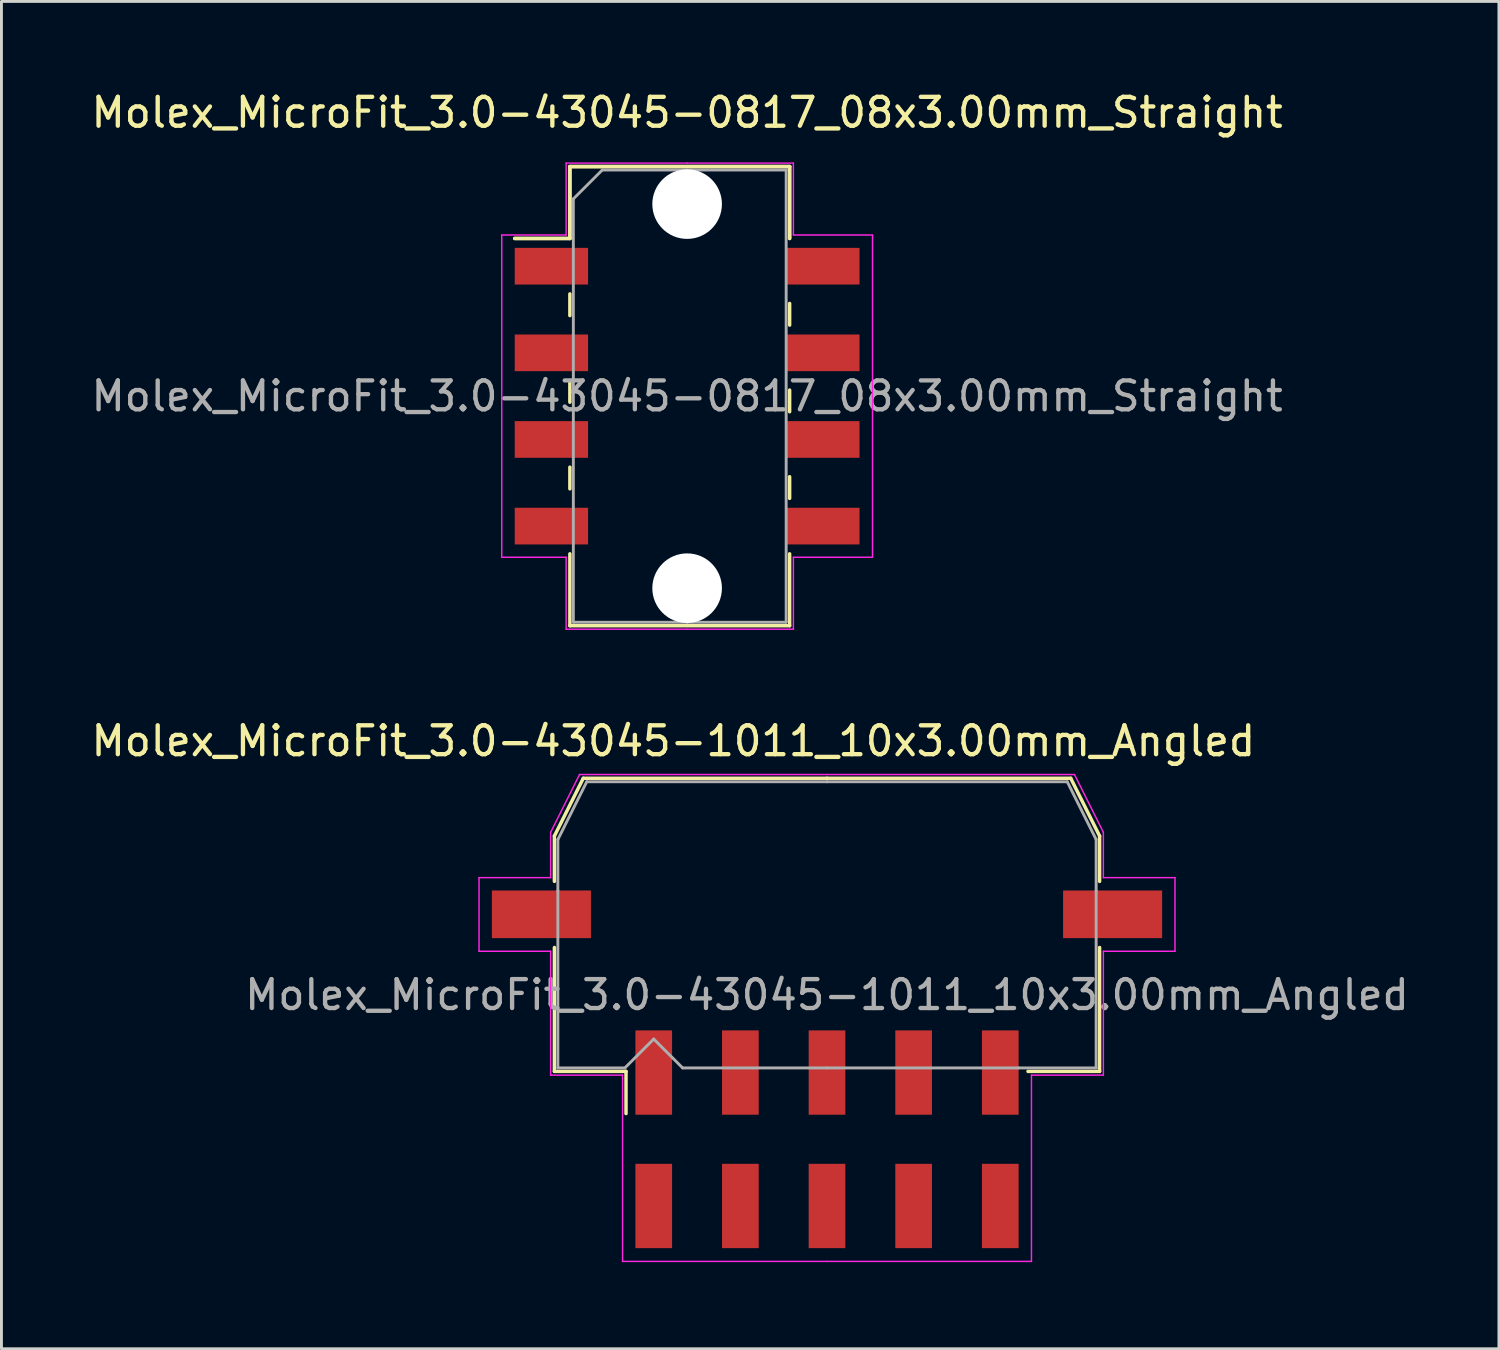
<source format=kicad_pcb>
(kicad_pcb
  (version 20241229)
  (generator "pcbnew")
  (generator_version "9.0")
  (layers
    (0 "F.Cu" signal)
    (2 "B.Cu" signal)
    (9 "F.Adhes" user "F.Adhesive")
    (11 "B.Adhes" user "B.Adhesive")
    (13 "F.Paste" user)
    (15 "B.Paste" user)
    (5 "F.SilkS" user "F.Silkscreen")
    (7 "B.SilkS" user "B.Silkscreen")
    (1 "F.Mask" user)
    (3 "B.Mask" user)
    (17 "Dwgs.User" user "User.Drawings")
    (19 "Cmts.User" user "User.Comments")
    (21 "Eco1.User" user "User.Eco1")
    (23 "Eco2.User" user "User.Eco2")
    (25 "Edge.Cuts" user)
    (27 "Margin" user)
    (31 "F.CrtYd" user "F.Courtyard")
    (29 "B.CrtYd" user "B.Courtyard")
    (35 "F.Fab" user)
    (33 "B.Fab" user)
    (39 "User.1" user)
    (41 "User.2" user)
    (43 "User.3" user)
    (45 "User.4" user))
  (footprint "Molex_MicroFit_3.0-43045-0817_08x3.00mm_Straight"
    (layer "F.Cu")
    (at 20.744 10.668)
    (property "Reference" "Molex_MicroFit_3.0-43045-0817_08x3.00mm_Straight" (at 0 -9.82 0) (layer "F.SilkS") (effects (font (size 1 1) (thickness 0.15))))
    (attr smd)
    (fp_line (start -5.97 -5.46) (end -4.06 -5.46) (stroke (width 0.12) (type solid)) (layer "F.SilkS"))
    (fp_line (start -5.97 -5.46) (end -4.06 -5.46) (stroke (width 0.12) (type solid)) (layer "F.SilkS"))
    (fp_line (start -4.06 -7.95) (end 3.55 -7.95) (stroke (width 0.12) (type solid)) (layer "F.SilkS"))
    (fp_line (start -4.06 -7.95) (end 3.55 -7.95) (stroke (width 0.12) (type solid)) (layer "F.SilkS"))
    (fp_line (start -4.06 -5.46) (end -4.06 -7.95) (stroke (width 0.12) (type solid)) (layer "F.SilkS"))
    (fp_line (start -4.06 -5.46) (end -4.06 -7.95) (stroke (width 0.12) (type solid)) (layer "F.SilkS"))
    (fp_line (start -4.06 -3.54) (end -4.06 -2.79) (stroke (width 0.12) (type solid)) (layer "F.SilkS"))
    (fp_line (start -4.06 -0.54) (end -4.06 0.21) (stroke (width 0.12) (type solid)) (layer "F.SilkS"))
    (fp_line (start -4.06 2.46) (end -4.06 3.21) (stroke (width 0.12) (type solid)) (layer "F.SilkS"))
    (fp_line (start -4.06 7.95) (end -4.06 5.46) (stroke (width 0.12) (type solid)) (layer "F.SilkS"))
    (fp_line (start 3.55 -7.95) (end 3.55 -5.46) (stroke (width 0.12) (type solid)) (layer "F.SilkS"))
    (fp_line (start 3.55 -7.95) (end 3.55 -5.46) (stroke (width 0.12) (type solid)) (layer "F.SilkS"))
    (fp_line (start 3.55 -2.46) (end 3.55 -3.21) (stroke (width 0.12) (type solid)) (layer "F.SilkS"))
    (fp_line (start 3.55 0.54) (end 3.55 -0.21) (stroke (width 0.12) (type solid)) (layer "F.SilkS"))
    (fp_line (start 3.55 3.54) (end 3.55 2.79) (stroke (width 0.12) (type solid)) (layer "F.SilkS"))
    (fp_line (start 3.55 5.46) (end 3.55 7.95) (stroke (width 0.12) (type solid)) (layer "F.SilkS"))
    (fp_line (start 3.55 7.95) (end -4.06 7.95) (stroke (width 0.12) (type solid)) (layer "F.SilkS"))
    (fp_line (start -6.42 -5.58) (end -4.19 -5.58) (stroke (width 0.05) (type solid)) (layer "F.CrtYd"))
    (fp_line (start -6.42 5.58) (end -6.42 -5.58) (stroke (width 0.05) (type solid)) (layer "F.CrtYd"))
    (fp_line (start -4.19 -8.07) (end 0 -8.07) (stroke (width 0.05) (type solid)) (layer "F.CrtYd"))
    (fp_line (start -4.19 -5.58) (end -4.19 -8.07) (stroke (width 0.05) (type solid)) (layer "F.CrtYd"))
    (fp_line (start -4.19 5.58) (end -6.42 5.58) (stroke (width 0.05) (type solid)) (layer "F.CrtYd"))
    (fp_line (start -4.19 8.07) (end -4.19 5.58) (stroke (width 0.05) (type solid)) (layer "F.CrtYd"))
    (fp_line (start 0 -8.07) (end 3.68 -8.07) (stroke (width 0.05) (type solid)) (layer "F.CrtYd"))
    (fp_line (start 0 8.07) (end -4.19 8.07) (stroke (width 0.05) (type solid)) (layer "F.CrtYd"))
    (fp_line (start 3.68 -8.07) (end 3.68 -5.58) (stroke (width 0.05) (type solid)) (layer "F.CrtYd"))
    (fp_line (start 3.68 -5.58) (end 6.42 -5.58) (stroke (width 0.05) (type solid)) (layer "F.CrtYd"))
    (fp_line (start 3.68 5.58) (end 3.68 8.07) (stroke (width 0.05) (type solid)) (layer "F.CrtYd"))
    (fp_line (start 3.68 8.07) (end 0 8.07) (stroke (width 0.05) (type solid)) (layer "F.CrtYd"))
    (fp_line (start 6.42 -5.58) (end 6.42 5.58) (stroke (width 0.05) (type solid)) (layer "F.CrtYd"))
    (fp_line (start 6.42 5.58) (end 3.68 5.58) (stroke (width 0.05) (type solid)) (layer "F.CrtYd"))
    (fp_line (start -3.94 -6.83) (end -2.94 -7.83) (stroke (width 0.1) (type solid)) (layer "F.Fab"))
    (fp_line (start -3.94 7.83) (end -3.94 -6.83) (stroke (width 0.1) (type solid)) (layer "F.Fab"))
    (fp_line (start -2.94 -7.83) (end 0 -7.83) (stroke (width 0.1) (type solid)) (layer "F.Fab"))
    (fp_line (start 0 -7.83) (end 3.43 -7.83) (stroke (width 0.1) (type solid)) (layer "F.Fab"))
    (fp_line (start 0 7.83) (end -3.94 7.83) (stroke (width 0.1) (type solid)) (layer "F.Fab"))
    (fp_line (start 3.43 -7.83) (end 3.43 7.83) (stroke (width 0.1) (type solid)) (layer "F.Fab"))
    (fp_line (start 3.43 7.83) (end 0 7.83) (stroke (width 0.1) (type solid)) (layer "F.Fab"))
    (fp_text user "${REFERENCE}" (at 0 0 0) (layer "F.Fab") (effects (font (size 1 1) (thickness 0.15))))
    (pad "" np_thru_hole circle (at 0 -6.65) (size 2.41 2.41) (drill 2.41) (layers "*.Cu"))
    (pad "" np_thru_hole circle (at 0 6.65) (size 2.41 2.41) (drill 2.41) (layers "*.Cu"))
    (pad "1" smd rect (at -4.7 -4.5) (size 2.54 1.27) (layers "F.Cu" "F.Mask" "F.Paste"))
    (pad "2" smd rect (at -4.7 -1.5) (size 2.54 1.27) (layers "F.Cu" "F.Mask" "F.Paste"))
    (pad "3" smd rect (at -4.7 1.5) (size 2.54 1.27) (layers "F.Cu" "F.Mask" "F.Paste"))
    (pad "4" smd rect (at -4.7 4.5) (size 2.54 1.27) (layers "F.Cu" "F.Mask" "F.Paste"))
    (pad "5" smd rect (at 4.7 4.5) (size 2.54 1.27) (layers "F.Cu" "F.Mask" "F.Paste"))
    (pad "6" smd rect (at 4.7 1.5) (size 2.54 1.27) (layers "F.Cu" "F.Mask" "F.Paste"))
    (pad "7" smd rect (at 4.7 -1.5) (size 2.54 1.27) (layers "F.Cu" "F.Mask" "F.Paste"))
    (pad "8" smd rect (at 4.7 -4.5) (size 2.54 1.27) (layers "F.Cu" "F.Mask" "F.Paste")))
  (footprint "Molex_MicroFit_3.0-43045-1011_10x3.00mm_Angled"
    (layer "F.Cu")
    (at 25.588 36.401)
    (property "Reference" "Molex_MicroFit_3.0-43045-1011_10x3.00mm_Angled" (at -5.32 -13.79 0) (layer "F.SilkS") (effects (font (size 1 1) (thickness 0.15))))
    (attr smd)
    (fp_line (start -9.44 -10.5) (end -9.44 -8.93) (stroke (width 0.12) (type solid)) (layer "F.SilkS"))
    (fp_line (start -9.44 -6.64) (end -9.44 -2.35) (stroke (width 0.12) (type solid)) (layer "F.SilkS"))
    (fp_line (start -9.44 -2.35) (end -6.96 -2.35) (stroke (width 0.12) (type solid)) (layer "F.SilkS"))
    (fp_line (start -8.44 -12.5) (end -9.44 -10.5) (stroke (width 0.12) (type solid)) (layer "F.SilkS"))
    (fp_line (start -6.96 -2.35) (end -6.96 -0.89) (stroke (width 0.12) (type solid)) (layer "F.SilkS"))
    (fp_line (start 0 -12.5) (end -8.44 -12.5) (stroke (width 0.12) (type solid)) (layer "F.SilkS"))
    (fp_line (start 0 -12.5) (end 8.44 -12.5) (stroke (width 0.12) (type solid)) (layer "F.SilkS"))
    (fp_line (start 8.44 -12.5) (end 9.44 -10.5) (stroke (width 0.12) (type solid)) (layer "F.SilkS"))
    (fp_line (start 9.44 -10.5) (end 9.44 -8.93) (stroke (width 0.12) (type solid)) (layer "F.SilkS"))
    (fp_line (start 9.44 -6.64) (end 9.44 -2.35) (stroke (width 0.12) (type solid)) (layer "F.SilkS"))
    (fp_line (start 9.44 -2.35) (end 6.96 -2.35) (stroke (width 0.12) (type solid)) (layer "F.SilkS"))
    (fp_line (start -12.05 -9.06) (end -12.05 -6.51) (stroke (width 0.05) (type solid)) (layer "F.CrtYd"))
    (fp_line (start -12.05 -6.51) (end -9.57 -6.51) (stroke (width 0.05) (type solid)) (layer "F.CrtYd"))
    (fp_line (start -9.57 -10.63) (end -9.57 -9.06) (stroke (width 0.05) (type solid)) (layer "F.CrtYd"))
    (fp_line (start -9.57 -9.06) (end -12.05 -9.06) (stroke (width 0.05) (type solid)) (layer "F.CrtYd"))
    (fp_line (start -9.57 -6.51) (end -9.57 -2.22) (stroke (width 0.05) (type solid)) (layer "F.CrtYd"))
    (fp_line (start -9.57 -2.22) (end -7.08 -2.22) (stroke (width 0.05) (type solid)) (layer "F.CrtYd"))
    (fp_line (start -8.57 -12.63) (end -9.57 -10.63) (stroke (width 0.05) (type solid)) (layer "F.CrtYd"))
    (fp_line (start -7.08 -2.22) (end -7.08 4.23) (stroke (width 0.05) (type solid)) (layer "F.CrtYd"))
    (fp_line (start -7.08 4.23) (end 0 4.23) (stroke (width 0.05) (type solid)) (layer "F.CrtYd"))
    (fp_line (start 0 -12.63) (end -8.57 -12.63) (stroke (width 0.05) (type solid)) (layer "F.CrtYd"))
    (fp_line (start 0 -12.63) (end 8.57 -12.63) (stroke (width 0.05) (type solid)) (layer "F.CrtYd"))
    (fp_line (start 7.08 -2.22) (end 7.08 4.23) (stroke (width 0.05) (type solid)) (layer "F.CrtYd"))
    (fp_line (start 7.08 4.23) (end 0 4.23) (stroke (width 0.05) (type solid)) (layer "F.CrtYd"))
    (fp_line (start 8.57 -12.63) (end 9.57 -10.63) (stroke (width 0.05) (type solid)) (layer "F.CrtYd"))
    (fp_line (start 9.57 -10.63) (end 9.57 -9.06) (stroke (width 0.05) (type solid)) (layer "F.CrtYd"))
    (fp_line (start 9.57 -9.06) (end 12.05 -9.06) (stroke (width 0.05) (type solid)) (layer "F.CrtYd"))
    (fp_line (start 9.57 -6.51) (end 9.57 -2.22) (stroke (width 0.05) (type solid)) (layer "F.CrtYd"))
    (fp_line (start 9.57 -2.22) (end 7.08 -2.22) (stroke (width 0.05) (type solid)) (layer "F.CrtYd"))
    (fp_line (start 12.05 -9.06) (end 12.05 -6.51) (stroke (width 0.05) (type solid)) (layer "F.CrtYd"))
    (fp_line (start 12.05 -6.51) (end 9.57 -6.51) (stroke (width 0.05) (type solid)) (layer "F.CrtYd"))
    (fp_line (start -9.32 -10.38) (end -9.32 -8.61) (stroke (width 0.1) (type solid)) (layer "F.Fab"))
    (fp_line (start -9.32 -8.61) (end -9.32 -2.47) (stroke (width 0.1) (type solid)) (layer "F.Fab"))
    (fp_line (start -9.32 -2.47) (end -7 -2.47) (stroke (width 0.1) (type solid)) (layer "F.Fab"))
    (fp_line (start -8.32 -12.38) (end -9.32 -10.38) (stroke (width 0.1) (type solid)) (layer "F.Fab"))
    (fp_line (start -7 -2.47) (end -6 -3.47) (stroke (width 0.1) (type solid)) (layer "F.Fab"))
    (fp_line (start -6 -3.47) (end -5 -2.47) (stroke (width 0.1) (type solid)) (layer "F.Fab"))
    (fp_line (start -5 -2.47) (end 0 -2.47) (stroke (width 0.1) (type solid)) (layer "F.Fab"))
    (fp_line (start 0 -12.38) (end -8.32 -12.38) (stroke (width 0.1) (type solid)) (layer "F.Fab"))
    (fp_line (start 0 -12.38) (end 8.32 -12.38) (stroke (width 0.1) (type solid)) (layer "F.Fab"))
    (fp_line (start 6.63 -2.47) (end 0 -2.47) (stroke (width 0.1) (type solid)) (layer "F.Fab"))
    (fp_line (start 8.32 -12.38) (end 9.32 -10.38) (stroke (width 0.1) (type solid)) (layer "F.Fab"))
    (fp_line (start 9.32 -10.38) (end 9.32 -8.61) (stroke (width 0.1) (type solid)) (layer "F.Fab"))
    (fp_line (start 9.32 -8.61) (end 9.32 -2.47) (stroke (width 0.1) (type solid)) (layer "F.Fab"))
    (fp_line (start 9.32 -2.47) (end 6.63 -2.47) (stroke (width 0.1) (type solid)) (layer "F.Fab"))
    (fp_text user "${REFERENCE}" (at 0 -5 0) (layer "F.Fab") (effects (font (size 1 1) (thickness 0.15))))
    (pad "" smd rect (at -9.89 -7.79) (size 3.43 1.65) (layers "F.Cu" "F.Mask" "F.Paste"))
    (pad "" smd rect (at 9.89 -7.79) (size 3.43 1.65) (layers "F.Cu" "F.Mask" "F.Paste"))
    (pad "1" smd rect (at -6 -2.31) (size 1.27 2.92) (layers "F.Cu" "F.Mask" "F.Paste"))
    (pad "2" smd rect (at -3 -2.31) (size 1.27 2.92) (layers "F.Cu" "F.Mask" "F.Paste"))
    (pad "3" smd rect (at 0 -2.31) (size 1.27 2.92) (layers "F.Cu" "F.Mask" "F.Paste"))
    (pad "4" smd rect (at 3 -2.31) (size 1.27 2.92) (layers "F.Cu" "F.Mask" "F.Paste"))
    (pad "5" smd rect (at 6 -2.31) (size 1.27 2.92) (layers "F.Cu" "F.Mask" "F.Paste"))
    (pad "6" smd rect (at 6 2.31) (size 1.27 2.92) (layers "F.Cu" "F.Mask" "F.Paste"))
    (pad "7" smd rect (at 3 2.31) (size 1.27 2.92) (layers "F.Cu" "F.Mask" "F.Paste"))
    (pad "8" smd rect (at 0 2.31) (size 1.27 2.92) (layers "F.Cu" "F.Mask" "F.Paste"))
    (pad "9" smd rect (at -3 2.31) (size 1.27 2.92) (layers "F.Cu" "F.Mask" "F.Paste"))
    (pad "10" smd rect (at -6 2.31) (size 1.27 2.92) (layers "F.Cu" "F.Mask" "F.Paste")))
  (gr_rect
    (start -3 -3)
    (end 48.856 43.657)
    (stroke (width 0.1) (type default))
    (fill no)
    (layer "Edge.Cuts")))
</source>
